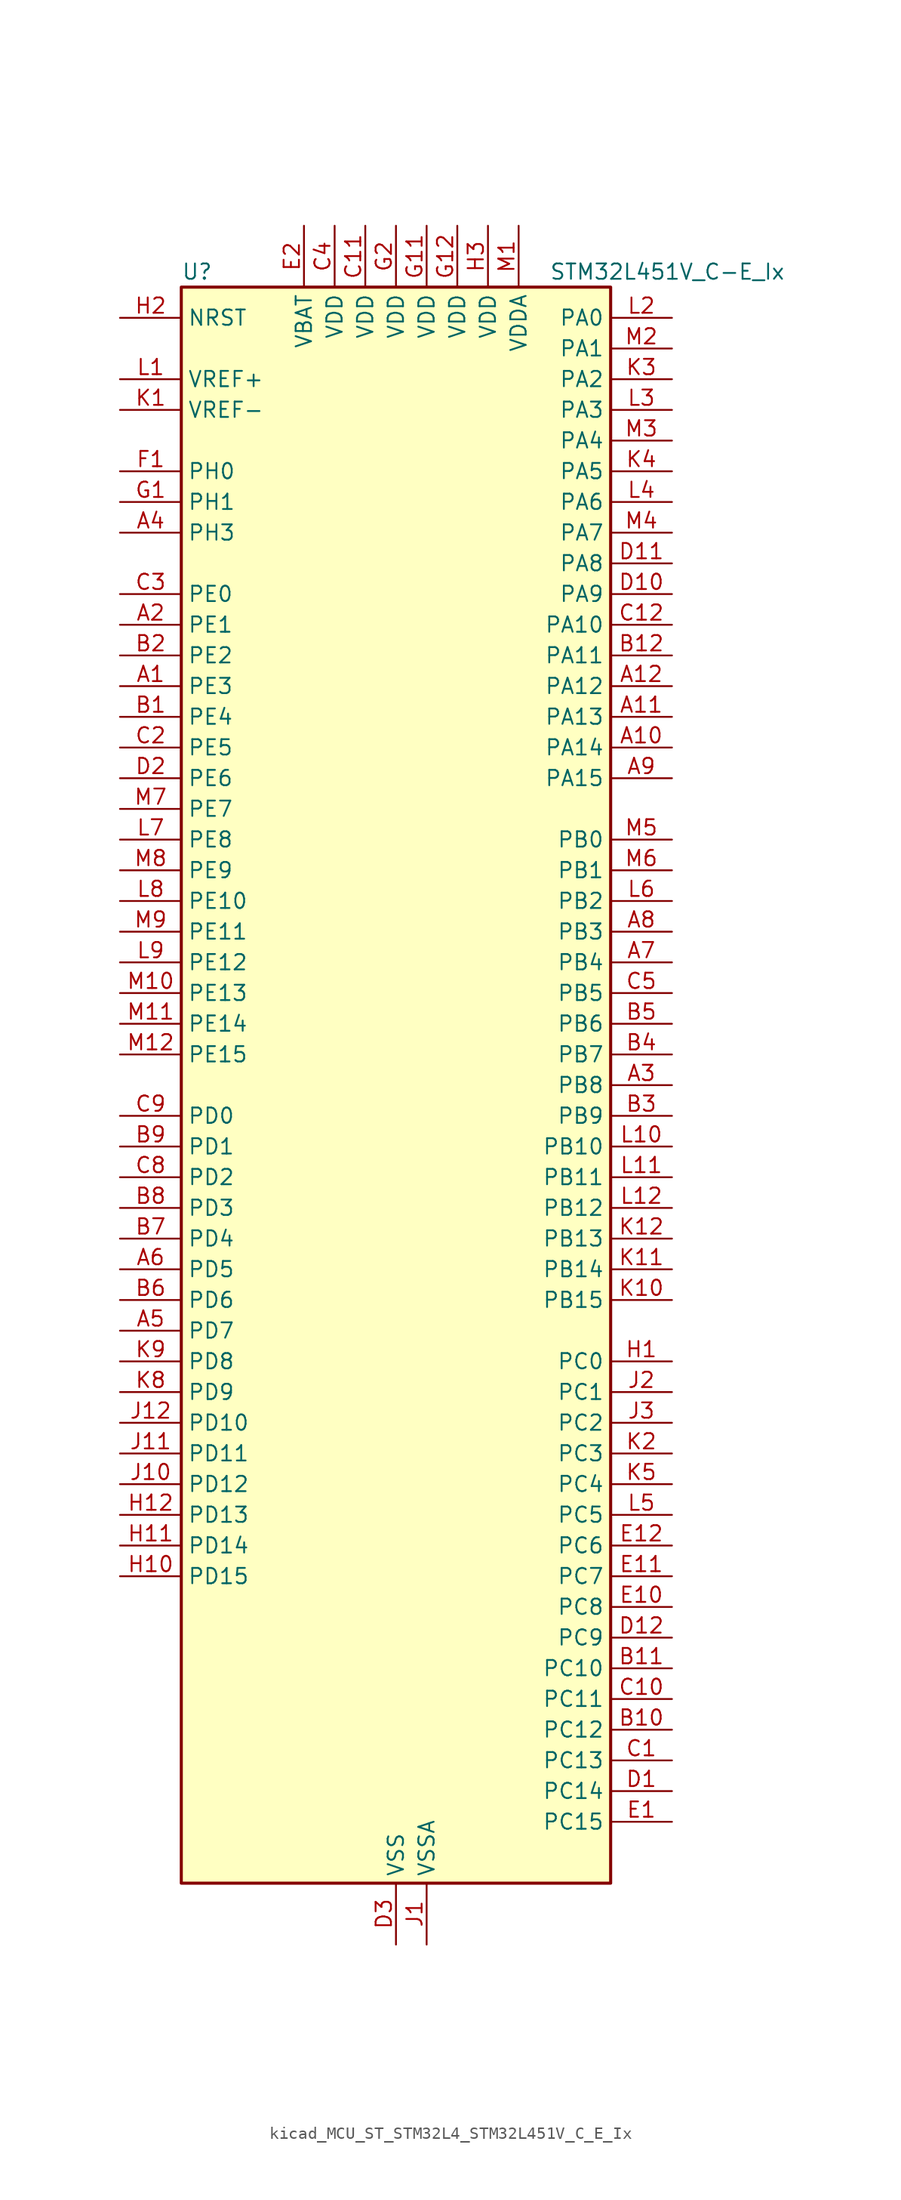
<source format=kicad_sym>
(kicad_symbol_lib
  (version 20220914)
  (generator kicad_symbol_editor)
  (symbol "kicad_MCU_ST_STM32L4_STM32L451V_C_E_Ix"
    (property "Reference" "U"
      (at -17.78 67.31 0)
      (effects (font (size 1.27 1.27)) (justify left)))
    (property "Value" "STM32L451V_C-E_Ix"
      (at 12.7 67.31 0)
      (effects (font (size 1.27 1.27)) (justify left)))
    (property "ki_locked" ""
      (at 0 0 0)
      (effects (font (size 1.27 1.27))))
    (symbol "kicad_MCU_ST_STM32L4_STM32L451V_C_E_Ix_0_1"
      (rectangle (start -17.78 -66.04) (end 17.78 66.04) (stroke (width 0.254) (type default)) (fill (type background))))
    (symbol "kicad_MCU_ST_STM32L4_STM32L451V_C_E_Ix_1_1"
      (pin bidirectional line (at -22.86 33.02 0) (length 5.08) (name "PE3" (effects (font (size 1.27 1.27)))) (number "A1" (effects (font (size 1.27 1.27)))) (alternate "SAI1_SD_B" bidirectional line) (alternate "SYS_TRACED0" bidirectional line) (alternate "TIM3_CH1" bidirectional line) (alternate "TSC_G7_IO2" bidirectional line))
      (pin bidirectional line (at 22.86 27.94 180) (length 5.08) (name "PA14" (effects (font (size 1.27 1.27)))) (number "A10" (effects (font (size 1.27 1.27)))) (alternate "I2C1_SMBA" bidirectional line) (alternate "I2C4_SMBA" bidirectional line) (alternate "LPTIM1_OUT" bidirectional line) (alternate "SAI1_FS_B" bidirectional line) (alternate "SYS_JTCK-SWCLK" bidirectional line))
      (pin bidirectional line (at 22.86 30.48 180) (length 5.08) (name "PA13" (effects (font (size 1.27 1.27)))) (number "A11" (effects (font (size 1.27 1.27)))) (alternate "IR_OUT" bidirectional line) (alternate "SAI1_SD_B" bidirectional line) (alternate "SYS_JTMS-SWDIO" bidirectional line))
      (pin bidirectional line (at 22.86 33.02 180) (length 5.08) (name "PA12" (effects (font (size 1.27 1.27)))) (number "A12" (effects (font (size 1.27 1.27)))) (alternate "CAN1_TX" bidirectional line) (alternate "SPI1_MOSI" bidirectional line) (alternate "TIM1_ETR" bidirectional line) (alternate "USART1_DE" bidirectional line) (alternate "USART1_RTS" bidirectional line))
      (pin bidirectional line (at -22.86 38.1 0) (length 5.08) (name "PE1" (effects (font (size 1.27 1.27)))) (number "A2" (effects (font (size 1.27 1.27)))))
      (pin bidirectional line (at 22.86 0 180) (length 5.08) (name "PB8" (effects (font (size 1.27 1.27)))) (number "A3" (effects (font (size 1.27 1.27)))) (alternate "CAN1_RX" bidirectional line) (alternate "I2C1_SCL" bidirectional line) (alternate "SAI1_MCLK_A" bidirectional line) (alternate "SDMMC1_D4" bidirectional line) (alternate "TIM16_CH1" bidirectional line))
      (pin bidirectional line (at -22.86 45.72 0) (length 5.08) (name "PH3" (effects (font (size 1.27 1.27)))) (number "A4" (effects (font (size 1.27 1.27)))))
      (pin bidirectional line (at -22.86 -20.32 0) (length 5.08) (name "PD7" (effects (font (size 1.27 1.27)))) (number "A5" (effects (font (size 1.27 1.27)))) (alternate "DFSDM1_CKIN1" bidirectional line) (alternate "QUADSPI_BK2_IO3" bidirectional line) (alternate "USART2_CK" bidirectional line))
      (pin bidirectional line (at -22.86 -15.24 0) (length 5.08) (name "PD5" (effects (font (size 1.27 1.27)))) (number "A6" (effects (font (size 1.27 1.27)))) (alternate "QUADSPI_BK2_IO1" bidirectional line) (alternate "USART2_TX" bidirectional line))
      (pin bidirectional line (at 22.86 10.16 180) (length 5.08) (name "PB4" (effects (font (size 1.27 1.27)))) (number "A7" (effects (font (size 1.27 1.27)))) (alternate "COMP2_INP" bidirectional line) (alternate "I2C3_SDA" bidirectional line) (alternate "SAI1_MCLK_B" bidirectional line) (alternate "SPI1_MISO" bidirectional line) (alternate "SPI3_MISO" bidirectional line) (alternate "SYS_JTRST" bidirectional line) (alternate "TIM3_CH1" bidirectional line) (alternate "TSC_G2_IO1" bidirectional line) (alternate "USART1_CTS" bidirectional line))
      (pin bidirectional line (at 22.86 12.7 180) (length 5.08) (name "PB3" (effects (font (size 1.27 1.27)))) (number "A8" (effects (font (size 1.27 1.27)))) (alternate "COMP2_INM" bidirectional line) (alternate "SAI1_SCK_B" bidirectional line) (alternate "SPI1_SCK" bidirectional line) (alternate "SPI3_SCK" bidirectional line) (alternate "SYS_JTDO-SWO" bidirectional line) (alternate "TIM2_CH2" bidirectional line) (alternate "USART1_DE" bidirectional line) (alternate "USART1_RTS" bidirectional line))
      (pin bidirectional line (at 22.86 25.4 180) (length 5.08) (name "PA15" (effects (font (size 1.27 1.27)))) (number "A9" (effects (font (size 1.27 1.27)))) (alternate "ADC1_EXTI15" bidirectional line) (alternate "SPI1_NSS" bidirectional line) (alternate "SPI3_NSS" bidirectional line) (alternate "SYS_JTDI" bidirectional line) (alternate "TIM2_CH1" bidirectional line) (alternate "TIM2_ETR" bidirectional line) (alternate "TSC_G3_IO1" bidirectional line) (alternate "UART4_DE" bidirectional line) (alternate "UART4_RTS" bidirectional line) (alternate "USART2_RX" bidirectional line) (alternate "USART3_DE" bidirectional line) (alternate "USART3_RTS" bidirectional line))
      (pin bidirectional line (at -22.86 30.48 0) (length 5.08) (name "PE4" (effects (font (size 1.27 1.27)))) (number "B1" (effects (font (size 1.27 1.27)))) (alternate "DFSDM1_DATIN3" bidirectional line) (alternate "SAI1_FS_A" bidirectional line) (alternate "SYS_TRACED1" bidirectional line) (alternate "TIM3_CH2" bidirectional line) (alternate "TSC_G7_IO3" bidirectional line))
      (pin bidirectional line (at 22.86 -53.34 180) (length 5.08) (name "PC12" (effects (font (size 1.27 1.27)))) (number "B10" (effects (font (size 1.27 1.27)))) (alternate "SDMMC1_CK" bidirectional line) (alternate "SPI3_MOSI" bidirectional line) (alternate "SYS_TRACED3" bidirectional line) (alternate "TSC_G3_IO4" bidirectional line) (alternate "USART3_CK" bidirectional line))
      (pin bidirectional line (at 22.86 -48.26 180) (length 5.08) (name "PC10" (effects (font (size 1.27 1.27)))) (number "B11" (effects (font (size 1.27 1.27)))) (alternate "SDMMC1_D2" bidirectional line) (alternate "SPI3_SCK" bidirectional line) (alternate "SYS_TRACED1" bidirectional line) (alternate "TSC_G3_IO2" bidirectional line) (alternate "UART4_TX" bidirectional line) (alternate "USART3_TX" bidirectional line))
      (pin bidirectional line (at 22.86 35.56 180) (length 5.08) (name "PA11" (effects (font (size 1.27 1.27)))) (number "B12" (effects (font (size 1.27 1.27)))) (alternate "ADC1_EXTI11" bidirectional line) (alternate "CAN1_RX" bidirectional line) (alternate "COMP1_OUT" bidirectional line) (alternate "SPI1_MISO" bidirectional line) (alternate "TIM1_BKIN2" bidirectional line) (alternate "TIM1_BKIN2_COMP1" bidirectional line) (alternate "TIM1_CH4" bidirectional line) (alternate "USART1_CTS" bidirectional line))
      (pin bidirectional line (at -22.86 35.56 0) (length 5.08) (name "PE2" (effects (font (size 1.27 1.27)))) (number "B2" (effects (font (size 1.27 1.27)))) (alternate "SAI1_MCLK_A" bidirectional line) (alternate "SYS_TRACECLK" bidirectional line) (alternate "TIM3_ETR" bidirectional line) (alternate "TSC_G7_IO1" bidirectional line))
      (pin bidirectional line (at 22.86 -2.54 180) (length 5.08) (name "PB9" (effects (font (size 1.27 1.27)))) (number "B3" (effects (font (size 1.27 1.27)))) (alternate "CAN1_TX" bidirectional line) (alternate "DAC1_EXTI9" bidirectional line) (alternate "I2C1_SDA" bidirectional line) (alternate "IR_OUT" bidirectional line) (alternate "SAI1_FS_A" bidirectional line) (alternate "SDMMC1_D5" bidirectional line) (alternate "SPI2_NSS" bidirectional line))
      (pin bidirectional line (at 22.86 2.54 180) (length 5.08) (name "PB7" (effects (font (size 1.27 1.27)))) (number "B4" (effects (font (size 1.27 1.27)))) (alternate "COMP2_INM" bidirectional line) (alternate "I2C1_SDA" bidirectional line) (alternate "I2C4_SDA" bidirectional line) (alternate "LPTIM1_IN2" bidirectional line) (alternate "SYS_PVD_IN" bidirectional line) (alternate "TSC_G2_IO4" bidirectional line) (alternate "UART4_CTS" bidirectional line) (alternate "USART1_RX" bidirectional line))
      (pin bidirectional line (at 22.86 5.08 180) (length 5.08) (name "PB6" (effects (font (size 1.27 1.27)))) (number "B5" (effects (font (size 1.27 1.27)))) (alternate "CAN1_TX" bidirectional line) (alternate "COMP2_INP" bidirectional line) (alternate "I2C1_SCL" bidirectional line) (alternate "I2C4_SCL" bidirectional line) (alternate "LPTIM1_ETR" bidirectional line) (alternate "SAI1_FS_B" bidirectional line) (alternate "TIM16_CH1N" bidirectional line) (alternate "TSC_G2_IO3" bidirectional line) (alternate "USART1_TX" bidirectional line))
      (pin bidirectional line (at -22.86 -17.78 0) (length 5.08) (name "PD6" (effects (font (size 1.27 1.27)))) (number "B6" (effects (font (size 1.27 1.27)))) (alternate "DFSDM1_DATIN1" bidirectional line) (alternate "QUADSPI_BK2_IO2" bidirectional line) (alternate "SAI1_SD_A" bidirectional line) (alternate "USART2_RX" bidirectional line))
      (pin bidirectional line (at -22.86 -12.7 0) (length 5.08) (name "PD4" (effects (font (size 1.27 1.27)))) (number "B7" (effects (font (size 1.27 1.27)))) (alternate "DFSDM1_CKIN0" bidirectional line) (alternate "QUADSPI_BK2_IO0" bidirectional line) (alternate "SPI2_MOSI" bidirectional line) (alternate "USART2_DE" bidirectional line) (alternate "USART2_RTS" bidirectional line))
      (pin bidirectional line (at -22.86 -10.16 0) (length 5.08) (name "PD3" (effects (font (size 1.27 1.27)))) (number "B8" (effects (font (size 1.27 1.27)))) (alternate "DFSDM1_DATIN0" bidirectional line) (alternate "QUADSPI_BK2_NCS" bidirectional line) (alternate "SPI2_MISO" bidirectional line) (alternate "USART2_CTS" bidirectional line))
      (pin bidirectional line (at -22.86 -5.08 0) (length 5.08) (name "PD1" (effects (font (size 1.27 1.27)))) (number "B9" (effects (font (size 1.27 1.27)))) (alternate "CAN1_TX" bidirectional line) (alternate "SPI2_SCK" bidirectional line))
      (pin bidirectional line (at 22.86 -55.88 180) (length 5.08) (name "PC13" (effects (font (size 1.27 1.27)))) (number "C1" (effects (font (size 1.27 1.27)))) (alternate "RTC_OUT_ALARM" bidirectional line) (alternate "RTC_OUT_CALIB" bidirectional line) (alternate "RTC_TAMP1" bidirectional line) (alternate "RTC_TS" bidirectional line) (alternate "SYS_WKUP2" bidirectional line))
      (pin bidirectional line (at 22.86 -50.8 180) (length 5.08) (name "PC11" (effects (font (size 1.27 1.27)))) (number "C10" (effects (font (size 1.27 1.27)))) (alternate "ADC1_EXTI11" bidirectional line) (alternate "SDMMC1_D3" bidirectional line) (alternate "SPI3_MISO" bidirectional line) (alternate "TSC_G3_IO3" bidirectional line) (alternate "UART4_RX" bidirectional line) (alternate "USART3_RX" bidirectional line))
      (pin power_in line (at -2.54 71.12 270) (length 5.08) (name "VDD" (effects (font (size 1.27 1.27)))) (number "C11" (effects (font (size 1.27 1.27)))))
      (pin bidirectional line (at 22.86 38.1 180) (length 5.08) (name "PA10" (effects (font (size 1.27 1.27)))) (number "C12" (effects (font (size 1.27 1.27)))) (alternate "I2C1_SDA" bidirectional line) (alternate "SAI1_SD_A" bidirectional line) (alternate "TIM1_CH3" bidirectional line) (alternate "USART1_RX" bidirectional line))
      (pin bidirectional line (at -22.86 27.94 0) (length 5.08) (name "PE5" (effects (font (size 1.27 1.27)))) (number "C2" (effects (font (size 1.27 1.27)))) (alternate "DFSDM1_CKIN3" bidirectional line) (alternate "SAI1_SCK_A" bidirectional line) (alternate "SYS_TRACED2" bidirectional line) (alternate "TIM3_CH3" bidirectional line) (alternate "TSC_G7_IO4" bidirectional line))
      (pin bidirectional line (at -22.86 40.64 0) (length 5.08) (name "PE0" (effects (font (size 1.27 1.27)))) (number "C3" (effects (font (size 1.27 1.27)))) (alternate "TIM16_CH1" bidirectional line))
      (pin power_in line (at -5.08 71.12 270) (length 5.08) (name "VDD" (effects (font (size 1.27 1.27)))) (number "C4" (effects (font (size 1.27 1.27)))))
      (pin bidirectional line (at 22.86 7.62 180) (length 5.08) (name "PB5" (effects (font (size 1.27 1.27)))) (number "C5" (effects (font (size 1.27 1.27)))) (alternate "CAN1_RX" bidirectional line) (alternate "COMP2_OUT" bidirectional line) (alternate "I2C1_SMBA" bidirectional line) (alternate "LPTIM1_IN1" bidirectional line) (alternate "SAI1_SD_B" bidirectional line) (alternate "SPI1_MOSI" bidirectional line) (alternate "SPI3_MOSI" bidirectional line) (alternate "TIM16_BKIN" bidirectional line) (alternate "TIM3_CH2" bidirectional line) (alternate "TSC_G2_IO2" bidirectional line) (alternate "USART1_CK" bidirectional line))
      (pin bidirectional line (at -22.86 -7.62 0) (length 5.08) (name "PD2" (effects (font (size 1.27 1.27)))) (number "C8" (effects (font (size 1.27 1.27)))) (alternate "SDMMC1_CMD" bidirectional line) (alternate "SYS_TRACED2" bidirectional line) (alternate "TIM3_ETR" bidirectional line) (alternate "TSC_SYNC" bidirectional line) (alternate "USART3_DE" bidirectional line) (alternate "USART3_RTS" bidirectional line))
      (pin bidirectional line (at -22.86 -2.54 0) (length 5.08) (name "PD0" (effects (font (size 1.27 1.27)))) (number "C9" (effects (font (size 1.27 1.27)))) (alternate "CAN1_RX" bidirectional line) (alternate "SPI2_NSS" bidirectional line))
      (pin bidirectional line (at 22.86 -58.42 180) (length 5.08) (name "PC14" (effects (font (size 1.27 1.27)))) (number "D1" (effects (font (size 1.27 1.27)))) (alternate "RCC_OSC32_IN" bidirectional line))
      (pin bidirectional line (at 22.86 40.64 180) (length 5.08) (name "PA9" (effects (font (size 1.27 1.27)))) (number "D10" (effects (font (size 1.27 1.27)))) (alternate "DAC1_EXTI9" bidirectional line) (alternate "DFSDM1_DATIN1" bidirectional line) (alternate "I2C1_SCL" bidirectional line) (alternate "SAI1_FS_A" bidirectional line) (alternate "TIM15_BKIN" bidirectional line) (alternate "TIM1_CH2" bidirectional line) (alternate "USART1_TX" bidirectional line))
      (pin bidirectional line (at 22.86 43.18 180) (length 5.08) (name "PA8" (effects (font (size 1.27 1.27)))) (number "D11" (effects (font (size 1.27 1.27)))) (alternate "DFSDM1_CKIN1" bidirectional line) (alternate "LPTIM2_OUT" bidirectional line) (alternate "RCC_MCO" bidirectional line) (alternate "SAI1_SCK_A" bidirectional line) (alternate "TIM1_CH1" bidirectional line) (alternate "USART1_CK" bidirectional line))
      (pin bidirectional line (at 22.86 -45.72 180) (length 5.08) (name "PC9" (effects (font (size 1.27 1.27)))) (number "D12" (effects (font (size 1.27 1.27)))) (alternate "DAC1_EXTI9" bidirectional line) (alternate "SDMMC1_D1" bidirectional line) (alternate "TIM3_CH4" bidirectional line) (alternate "TSC_G4_IO4" bidirectional line))
      (pin bidirectional line (at -22.86 25.4 0) (length 5.08) (name "PE6" (effects (font (size 1.27 1.27)))) (number "D2" (effects (font (size 1.27 1.27)))) (alternate "RTC_TAMP3" bidirectional line) (alternate "SAI1_SD_A" bidirectional line) (alternate "SYS_TRACED3" bidirectional line) (alternate "SYS_WKUP3" bidirectional line) (alternate "TIM3_CH4" bidirectional line))
      (pin power_in line (at 0 -71.12 90) (length 5.08) (name "VSS" (effects (font (size 1.27 1.27)))) (number "D3" (effects (font (size 1.27 1.27)))))
      (pin bidirectional line (at 22.86 -60.96 180) (length 5.08) (name "PC15" (effects (font (size 1.27 1.27)))) (number "E1" (effects (font (size 1.27 1.27)))) (alternate "ADC1_EXTI15" bidirectional line) (alternate "RCC_OSC32_OUT" bidirectional line))
      (pin bidirectional line (at 22.86 -43.18 180) (length 5.08) (name "PC8" (effects (font (size 1.27 1.27)))) (number "E10" (effects (font (size 1.27 1.27)))) (alternate "SDMMC1_D0" bidirectional line) (alternate "TIM3_CH3" bidirectional line) (alternate "TSC_G4_IO3" bidirectional line))
      (pin bidirectional line (at 22.86 -40.64 180) (length 5.08) (name "PC7" (effects (font (size 1.27 1.27)))) (number "E11" (effects (font (size 1.27 1.27)))) (alternate "DFSDM1_DATIN3" bidirectional line) (alternate "SDMMC1_D7" bidirectional line) (alternate "TIM3_CH2" bidirectional line) (alternate "TSC_G4_IO2" bidirectional line))
      (pin bidirectional line (at 22.86 -38.1 180) (length 5.08) (name "PC6" (effects (font (size 1.27 1.27)))) (number "E12" (effects (font (size 1.27 1.27)))) (alternate "DFSDM1_CKIN3" bidirectional line) (alternate "SDMMC1_D6" bidirectional line) (alternate "TIM3_CH1" bidirectional line) (alternate "TSC_G4_IO1" bidirectional line))
      (pin power_in line (at -7.62 71.12 270) (length 5.08) (name "VBAT" (effects (font (size 1.27 1.27)))) (number "E2" (effects (font (size 1.27 1.27)))))
      (pin passive line (at 0 -71.12 90) (length 5.08) hide (name "VSS" (effects (font (size 1.27 1.27)))) (number "E3" (effects (font (size 1.27 1.27)))))
      (pin bidirectional line (at -22.86 50.8 0) (length 5.08) (name "PH0" (effects (font (size 1.27 1.27)))) (number "F1" (effects (font (size 1.27 1.27)))) (alternate "RCC_OSC_IN" bidirectional line))
      (pin passive line (at 0 -71.12 90) (length 5.08) hide (name "VSS" (effects (font (size 1.27 1.27)))) (number "F11" (effects (font (size 1.27 1.27)))))
      (pin passive line (at 0 -71.12 90) (length 5.08) hide (name "VSS" (effects (font (size 1.27 1.27)))) (number "F12" (effects (font (size 1.27 1.27)))))
      (pin passive line (at 0 -71.12 90) (length 5.08) hide (name "VSS" (effects (font (size 1.27 1.27)))) (number "F2" (effects (font (size 1.27 1.27)))))
      (pin bidirectional line (at -22.86 48.26 0) (length 5.08) (name "PH1" (effects (font (size 1.27 1.27)))) (number "G1" (effects (font (size 1.27 1.27)))) (alternate "RCC_OSC_OUT" bidirectional line))
      (pin power_in line (at 2.54 71.12 270) (length 5.08) (name "VDD" (effects (font (size 1.27 1.27)))) (number "G11" (effects (font (size 1.27 1.27)))))
      (pin power_in line (at 5.08 71.12 270) (length 5.08) (name "VDD" (effects (font (size 1.27 1.27)))) (number "G12" (effects (font (size 1.27 1.27)))))
      (pin power_in line (at 0 71.12 270) (length 5.08) (name "VDD" (effects (font (size 1.27 1.27)))) (number "G2" (effects (font (size 1.27 1.27)))))
      (pin bidirectional line (at 22.86 -22.86 180) (length 5.08) (name "PC0" (effects (font (size 1.27 1.27)))) (number "H1" (effects (font (size 1.27 1.27)))) (alternate "ADC1_IN1" bidirectional line) (alternate "I2C3_SCL" bidirectional line) (alternate "I2C4_SCL" bidirectional line) (alternate "LPTIM1_IN1" bidirectional line) (alternate "LPTIM2_IN1" bidirectional line) (alternate "LPUART1_RX" bidirectional line))
      (pin bidirectional line (at -22.86 -40.64 0) (length 5.08) (name "PD15" (effects (font (size 1.27 1.27)))) (number "H10" (effects (font (size 1.27 1.27)))) (alternate "ADC1_EXTI15" bidirectional line))
      (pin bidirectional line (at -22.86 -38.1 0) (length 5.08) (name "PD14" (effects (font (size 1.27 1.27)))) (number "H11" (effects (font (size 1.27 1.27)))))
      (pin bidirectional line (at -22.86 -35.56 0) (length 5.08) (name "PD13" (effects (font (size 1.27 1.27)))) (number "H12" (effects (font (size 1.27 1.27)))) (alternate "I2C4_SDA" bidirectional line) (alternate "LPTIM2_OUT" bidirectional line) (alternate "TSC_G6_IO4" bidirectional line))
      (pin input line (at -22.86 63.5 0) (length 5.08) (name "NRST" (effects (font (size 1.27 1.27)))) (number "H2" (effects (font (size 1.27 1.27)))))
      (pin power_in line (at 7.62 71.12 270) (length 5.08) (name "VDD" (effects (font (size 1.27 1.27)))) (number "H3" (effects (font (size 1.27 1.27)))))
      (pin power_in line (at 2.54 -71.12 90) (length 5.08) (name "VSSA" (effects (font (size 1.27 1.27)))) (number "J1" (effects (font (size 1.27 1.27)))))
      (pin bidirectional line (at -22.86 -33.02 0) (length 5.08) (name "PD12" (effects (font (size 1.27 1.27)))) (number "J10" (effects (font (size 1.27 1.27)))) (alternate "I2C4_SCL" bidirectional line) (alternate "LPTIM2_IN1" bidirectional line) (alternate "TSC_G6_IO3" bidirectional line) (alternate "USART3_DE" bidirectional line) (alternate "USART3_RTS" bidirectional line))
      (pin bidirectional line (at -22.86 -30.48 0) (length 5.08) (name "PD11" (effects (font (size 1.27 1.27)))) (number "J11" (effects (font (size 1.27 1.27)))) (alternate "ADC1_EXTI11" bidirectional line) (alternate "I2C4_SMBA" bidirectional line) (alternate "LPTIM2_ETR" bidirectional line) (alternate "TSC_G6_IO2" bidirectional line) (alternate "USART3_CTS" bidirectional line))
      (pin bidirectional line (at -22.86 -27.94 0) (length 5.08) (name "PD10" (effects (font (size 1.27 1.27)))) (number "J12" (effects (font (size 1.27 1.27)))) (alternate "TSC_G6_IO1" bidirectional line) (alternate "USART3_CK" bidirectional line))
      (pin bidirectional line (at 22.86 -25.4 180) (length 5.08) (name "PC1" (effects (font (size 1.27 1.27)))) (number "J2" (effects (font (size 1.27 1.27)))) (alternate "ADC1_IN2" bidirectional line) (alternate "I2C3_SDA" bidirectional line) (alternate "I2C4_SDA" bidirectional line) (alternate "LPTIM1_OUT" bidirectional line) (alternate "LPUART1_TX" bidirectional line) (alternate "SYS_TRACED0" bidirectional line))
      (pin bidirectional line (at 22.86 -27.94 180) (length 5.08) (name "PC2" (effects (font (size 1.27 1.27)))) (number "J3" (effects (font (size 1.27 1.27)))) (alternate "ADC1_IN3" bidirectional line) (alternate "DFSDM1_CKOUT" bidirectional line) (alternate "LPTIM1_IN2" bidirectional line) (alternate "SPI2_MISO" bidirectional line))
      (pin input line (at -22.86 55.88 0) (length 5.08) (name "VREF-" (effects (font (size 1.27 1.27)))) (number "K1" (effects (font (size 1.27 1.27)))))
      (pin bidirectional line (at 22.86 -17.78 180) (length 5.08) (name "PB15" (effects (font (size 1.27 1.27)))) (number "K10" (effects (font (size 1.27 1.27)))) (alternate "ADC1_EXTI15" bidirectional line) (alternate "DFSDM1_CKIN2" bidirectional line) (alternate "RTC_REFIN" bidirectional line) (alternate "SAI1_SD_A" bidirectional line) (alternate "SPI2_MOSI" bidirectional line) (alternate "TIM15_CH2" bidirectional line) (alternate "TIM1_CH3N" bidirectional line) (alternate "TSC_G1_IO4" bidirectional line))
      (pin bidirectional line (at 22.86 -15.24 180) (length 5.08) (name "PB14" (effects (font (size 1.27 1.27)))) (number "K11" (effects (font (size 1.27 1.27)))) (alternate "DFSDM1_DATIN2" bidirectional line) (alternate "I2C2_SDA" bidirectional line) (alternate "SAI1_MCLK_A" bidirectional line) (alternate "SPI2_MISO" bidirectional line) (alternate "TIM15_CH1" bidirectional line) (alternate "TIM1_CH2N" bidirectional line) (alternate "TSC_G1_IO3" bidirectional line) (alternate "USART3_DE" bidirectional line) (alternate "USART3_RTS" bidirectional line))
      (pin bidirectional line (at 22.86 -12.7 180) (length 5.08) (name "PB13" (effects (font (size 1.27 1.27)))) (number "K12" (effects (font (size 1.27 1.27)))) (alternate "CAN1_TX" bidirectional line) (alternate "DFSDM1_CKIN1" bidirectional line) (alternate "I2C2_SCL" bidirectional line) (alternate "LPUART1_CTS" bidirectional line) (alternate "SAI1_SCK_A" bidirectional line) (alternate "SPI2_SCK" bidirectional line) (alternate "TIM15_CH1N" bidirectional line) (alternate "TIM1_CH1N" bidirectional line) (alternate "TSC_G1_IO2" bidirectional line) (alternate "USART3_CTS" bidirectional line))
      (pin bidirectional line (at 22.86 -30.48 180) (length 5.08) (name "PC3" (effects (font (size 1.27 1.27)))) (number "K2" (effects (font (size 1.27 1.27)))) (alternate "ADC1_IN4" bidirectional line) (alternate "LPTIM1_ETR" bidirectional line) (alternate "LPTIM2_ETR" bidirectional line) (alternate "SAI1_SD_A" bidirectional line) (alternate "SPI2_MOSI" bidirectional line))
      (pin bidirectional line (at 22.86 58.42 180) (length 5.08) (name "PA2" (effects (font (size 1.27 1.27)))) (number "K3" (effects (font (size 1.27 1.27)))) (alternate "ADC1_IN7" bidirectional line) (alternate "COMP2_INM" bidirectional line) (alternate "COMP2_OUT" bidirectional line) (alternate "LPUART1_TX" bidirectional line) (alternate "QUADSPI_BK1_NCS" bidirectional line) (alternate "RCC_LSCO" bidirectional line) (alternate "SYS_WKUP4" bidirectional line) (alternate "TIM15_CH1" bidirectional line) (alternate "TIM2_CH3" bidirectional line) (alternate "USART2_TX" bidirectional line))
      (pin bidirectional line (at 22.86 50.8 180) (length 5.08) (name "PA5" (effects (font (size 1.27 1.27)))) (number "K4" (effects (font (size 1.27 1.27)))) (alternate "ADC1_IN10" bidirectional line) (alternate "COMP1_INM" bidirectional line) (alternate "COMP2_INM" bidirectional line) (alternate "DFSDM1_CKOUT" bidirectional line) (alternate "LPTIM2_ETR" bidirectional line) (alternate "SPI1_SCK" bidirectional line) (alternate "TIM2_CH1" bidirectional line) (alternate "TIM2_ETR" bidirectional line))
      (pin bidirectional line (at 22.86 -33.02 180) (length 5.08) (name "PC4" (effects (font (size 1.27 1.27)))) (number "K5" (effects (font (size 1.27 1.27)))) (alternate "ADC1_IN13" bidirectional line) (alternate "COMP1_INM" bidirectional line) (alternate "USART3_TX" bidirectional line))
      (pin bidirectional line (at -22.86 -25.4 0) (length 5.08) (name "PD9" (effects (font (size 1.27 1.27)))) (number "K8" (effects (font (size 1.27 1.27)))) (alternate "DAC1_EXTI9" bidirectional line) (alternate "USART3_RX" bidirectional line))
      (pin bidirectional line (at -22.86 -22.86 0) (length 5.08) (name "PD8" (effects (font (size 1.27 1.27)))) (number "K9" (effects (font (size 1.27 1.27)))) (alternate "USART3_TX" bidirectional line))
      (pin input line (at -22.86 58.42 0) (length 5.08) (name "VREF+" (effects (font (size 1.27 1.27)))) (number "L1" (effects (font (size 1.27 1.27)))) (alternate "VREFBUF_OUT" bidirectional line))
      (pin bidirectional line (at 22.86 -5.08 180) (length 5.08) (name "PB10" (effects (font (size 1.27 1.27)))) (number "L10" (effects (font (size 1.27 1.27)))) (alternate "COMP1_OUT" bidirectional line) (alternate "I2C2_SCL" bidirectional line) (alternate "I2C4_SCL" bidirectional line) (alternate "LPUART1_RX" bidirectional line) (alternate "QUADSPI_CLK" bidirectional line) (alternate "SAI1_SCK_A" bidirectional line) (alternate "SPI2_SCK" bidirectional line) (alternate "TIM2_CH3" bidirectional line) (alternate "TSC_SYNC" bidirectional line) (alternate "USART3_TX" bidirectional line))
      (pin bidirectional line (at 22.86 -7.62 180) (length 5.08) (name "PB11" (effects (font (size 1.27 1.27)))) (number "L11" (effects (font (size 1.27 1.27)))) (alternate "ADC1_EXTI11" bidirectional line) (alternate "COMP2_OUT" bidirectional line) (alternate "I2C2_SDA" bidirectional line) (alternate "I2C4_SDA" bidirectional line) (alternate "LPUART1_TX" bidirectional line) (alternate "QUADSPI_BK1_NCS" bidirectional line) (alternate "TIM2_CH4" bidirectional line) (alternate "USART3_RX" bidirectional line))
      (pin bidirectional line (at 22.86 -10.16 180) (length 5.08) (name "PB12" (effects (font (size 1.27 1.27)))) (number "L12" (effects (font (size 1.27 1.27)))) (alternate "CAN1_RX" bidirectional line) (alternate "DFSDM1_DATIN1" bidirectional line) (alternate "I2C2_SMBA" bidirectional line) (alternate "LPUART1_DE" bidirectional line) (alternate "LPUART1_RTS" bidirectional line) (alternate "SAI1_FS_A" bidirectional line) (alternate "SPI2_NSS" bidirectional line) (alternate "TIM15_BKIN" bidirectional line) (alternate "TIM1_BKIN" bidirectional line) (alternate "TIM1_BKIN_COMP2" bidirectional line) (alternate "TSC_G1_IO1" bidirectional line) (alternate "USART3_CK" bidirectional line))
      (pin bidirectional line (at 22.86 63.5 180) (length 5.08) (name "PA0" (effects (font (size 1.27 1.27)))) (number "L2" (effects (font (size 1.27 1.27)))) (alternate "ADC1_IN5" bidirectional line) (alternate "COMP1_INM" bidirectional line) (alternate "COMP1_OUT" bidirectional line) (alternate "OPAMP1_VINP" bidirectional line) (alternate "RTC_TAMP2" bidirectional line) (alternate "SAI1_EXTCLK" bidirectional line) (alternate "SYS_WKUP1" bidirectional line) (alternate "TIM2_CH1" bidirectional line) (alternate "TIM2_ETR" bidirectional line) (alternate "UART4_TX" bidirectional line) (alternate "USART2_CTS" bidirectional line))
      (pin bidirectional line (at 22.86 55.88 180) (length 5.08) (name "PA3" (effects (font (size 1.27 1.27)))) (number "L3" (effects (font (size 1.27 1.27)))) (alternate "ADC1_IN8" bidirectional line) (alternate "COMP2_INP" bidirectional line) (alternate "LPUART1_RX" bidirectional line) (alternate "OPAMP1_VOUT" bidirectional line) (alternate "QUADSPI_CLK" bidirectional line) (alternate "SAI1_MCLK_A" bidirectional line) (alternate "TIM15_CH2" bidirectional line) (alternate "TIM2_CH4" bidirectional line) (alternate "USART2_RX" bidirectional line))
      (pin bidirectional line (at 22.86 48.26 180) (length 5.08) (name "PA6" (effects (font (size 1.27 1.27)))) (number "L4" (effects (font (size 1.27 1.27)))) (alternate "ADC1_IN11" bidirectional line) (alternate "COMP1_OUT" bidirectional line) (alternate "LPUART1_CTS" bidirectional line) (alternate "QUADSPI_BK1_IO3" bidirectional line) (alternate "SPI1_MISO" bidirectional line) (alternate "TIM16_CH1" bidirectional line) (alternate "TIM1_BKIN" bidirectional line) (alternate "TIM1_BKIN_COMP2" bidirectional line) (alternate "TIM3_CH1" bidirectional line) (alternate "USART3_CTS" bidirectional line))
      (pin bidirectional line (at 22.86 -35.56 180) (length 5.08) (name "PC5" (effects (font (size 1.27 1.27)))) (number "L5" (effects (font (size 1.27 1.27)))) (alternate "ADC1_IN14" bidirectional line) (alternate "COMP1_INP" bidirectional line) (alternate "SYS_WKUP5" bidirectional line) (alternate "USART3_RX" bidirectional line))
      (pin bidirectional line (at 22.86 15.24 180) (length 5.08) (name "PB2" (effects (font (size 1.27 1.27)))) (number "L6" (effects (font (size 1.27 1.27)))) (alternate "COMP1_INP" bidirectional line) (alternate "DFSDM1_CKIN0" bidirectional line) (alternate "I2C3_SMBA" bidirectional line) (alternate "LPTIM1_OUT" bidirectional line) (alternate "RTC_OUT_ALARM" bidirectional line) (alternate "RTC_OUT_CALIB" bidirectional line))
      (pin bidirectional line (at -22.86 20.32 0) (length 5.08) (name "PE8" (effects (font (size 1.27 1.27)))) (number "L7" (effects (font (size 1.27 1.27)))) (alternate "DFSDM1_CKIN2" bidirectional line) (alternate "SAI1_SCK_B" bidirectional line) (alternate "TIM1_CH1N" bidirectional line))
      (pin bidirectional line (at -22.86 15.24 0) (length 5.08) (name "PE10" (effects (font (size 1.27 1.27)))) (number "L8" (effects (font (size 1.27 1.27)))) (alternate "QUADSPI_CLK" bidirectional line) (alternate "SAI1_MCLK_B" bidirectional line) (alternate "TIM1_CH2N" bidirectional line) (alternate "TSC_G5_IO1" bidirectional line))
      (pin bidirectional line (at -22.86 10.16 0) (length 5.08) (name "PE12" (effects (font (size 1.27 1.27)))) (number "L9" (effects (font (size 1.27 1.27)))) (alternate "QUADSPI_BK1_IO0" bidirectional line) (alternate "SPI1_NSS" bidirectional line) (alternate "TIM1_CH3N" bidirectional line) (alternate "TSC_G5_IO3" bidirectional line))
      (pin power_in line (at 10.16 71.12 270) (length 5.08) (name "VDDA" (effects (font (size 1.27 1.27)))) (number "M1" (effects (font (size 1.27 1.27)))))
      (pin bidirectional line (at -22.86 7.62 0) (length 5.08) (name "PE13" (effects (font (size 1.27 1.27)))) (number "M10" (effects (font (size 1.27 1.27)))) (alternate "QUADSPI_BK1_IO1" bidirectional line) (alternate "SPI1_SCK" bidirectional line) (alternate "TIM1_CH3" bidirectional line) (alternate "TSC_G5_IO4" bidirectional line))
      (pin bidirectional line (at -22.86 5.08 0) (length 5.08) (name "PE14" (effects (font (size 1.27 1.27)))) (number "M11" (effects (font (size 1.27 1.27)))) (alternate "QUADSPI_BK1_IO2" bidirectional line) (alternate "SPI1_MISO" bidirectional line) (alternate "TIM1_BKIN2" bidirectional line) (alternate "TIM1_BKIN2_COMP2" bidirectional line) (alternate "TIM1_CH4" bidirectional line))
      (pin bidirectional line (at -22.86 2.54 0) (length 5.08) (name "PE15" (effects (font (size 1.27 1.27)))) (number "M12" (effects (font (size 1.27 1.27)))) (alternate "ADC1_EXTI15" bidirectional line) (alternate "QUADSPI_BK1_IO3" bidirectional line) (alternate "SPI1_MOSI" bidirectional line) (alternate "TIM1_BKIN" bidirectional line) (alternate "TIM1_BKIN_COMP1" bidirectional line))
      (pin bidirectional line (at 22.86 60.96 180) (length 5.08) (name "PA1" (effects (font (size 1.27 1.27)))) (number "M2" (effects (font (size 1.27 1.27)))) (alternate "ADC1_IN6" bidirectional line) (alternate "COMP1_INP" bidirectional line) (alternate "I2C1_SMBA" bidirectional line) (alternate "OPAMP1_VINM" bidirectional line) (alternate "SPI1_SCK" bidirectional line) (alternate "TIM15_CH1N" bidirectional line) (alternate "TIM2_CH2" bidirectional line) (alternate "UART4_RX" bidirectional line) (alternate "USART2_DE" bidirectional line) (alternate "USART2_RTS" bidirectional line))
      (pin bidirectional line (at 22.86 53.34 180) (length 5.08) (name "PA4" (effects (font (size 1.27 1.27)))) (number "M3" (effects (font (size 1.27 1.27)))) (alternate "ADC1_IN9" bidirectional line) (alternate "COMP1_INM" bidirectional line) (alternate "COMP2_INM" bidirectional line) (alternate "DAC1_OUT1" bidirectional line) (alternate "LPTIM2_OUT" bidirectional line) (alternate "SAI1_FS_B" bidirectional line) (alternate "SPI1_NSS" bidirectional line) (alternate "SPI3_NSS" bidirectional line) (alternate "USART2_CK" bidirectional line))
      (pin bidirectional line (at 22.86 45.72 180) (length 5.08) (name "PA7" (effects (font (size 1.27 1.27)))) (number "M4" (effects (font (size 1.27 1.27)))) (alternate "ADC1_IN12" bidirectional line) (alternate "COMP2_OUT" bidirectional line) (alternate "DFSDM1_DATIN0" bidirectional line) (alternate "I2C3_SCL" bidirectional line) (alternate "QUADSPI_BK1_IO2" bidirectional line) (alternate "SPI1_MOSI" bidirectional line) (alternate "TIM1_CH1N" bidirectional line) (alternate "TIM3_CH2" bidirectional line))
      (pin bidirectional line (at 22.86 20.32 180) (length 5.08) (name "PB0" (effects (font (size 1.27 1.27)))) (number "M5" (effects (font (size 1.27 1.27)))) (alternate "ADC1_IN15" bidirectional line) (alternate "COMP1_OUT" bidirectional line) (alternate "DFSDM1_CKIN0" bidirectional line) (alternate "QUADSPI_BK1_IO1" bidirectional line) (alternate "SAI1_EXTCLK" bidirectional line) (alternate "SPI1_NSS" bidirectional line) (alternate "TIM1_CH2N" bidirectional line) (alternate "TIM3_CH3" bidirectional line) (alternate "USART3_CK" bidirectional line))
      (pin bidirectional line (at 22.86 17.78 180) (length 5.08) (name "PB1" (effects (font (size 1.27 1.27)))) (number "M6" (effects (font (size 1.27 1.27)))) (alternate "ADC1_IN16" bidirectional line) (alternate "COMP1_INM" bidirectional line) (alternate "DFSDM1_DATIN0" bidirectional line) (alternate "LPTIM2_IN1" bidirectional line) (alternate "LPUART1_DE" bidirectional line) (alternate "LPUART1_RTS" bidirectional line) (alternate "QUADSPI_BK1_IO0" bidirectional line) (alternate "TIM1_CH3N" bidirectional line) (alternate "TIM3_CH4" bidirectional line) (alternate "USART3_DE" bidirectional line) (alternate "USART3_RTS" bidirectional line))
      (pin bidirectional line (at -22.86 22.86 0) (length 5.08) (name "PE7" (effects (font (size 1.27 1.27)))) (number "M7" (effects (font (size 1.27 1.27)))) (alternate "DFSDM1_DATIN2" bidirectional line) (alternate "SAI1_SD_B" bidirectional line) (alternate "TIM1_ETR" bidirectional line))
      (pin bidirectional line (at -22.86 17.78 0) (length 5.08) (name "PE9" (effects (font (size 1.27 1.27)))) (number "M8" (effects (font (size 1.27 1.27)))) (alternate "DAC1_EXTI9" bidirectional line) (alternate "DFSDM1_CKOUT" bidirectional line) (alternate "SAI1_FS_B" bidirectional line) (alternate "TIM1_CH1" bidirectional line))
      (pin bidirectional line (at -22.86 12.7 0) (length 5.08) (name "PE11" (effects (font (size 1.27 1.27)))) (number "M9" (effects (font (size 1.27 1.27)))) (alternate "ADC1_EXTI11" bidirectional line) (alternate "QUADSPI_BK1_NCS" bidirectional line) (alternate "TIM1_CH2" bidirectional line) (alternate "TSC_G5_IO2" bidirectional line)))))
</source>
